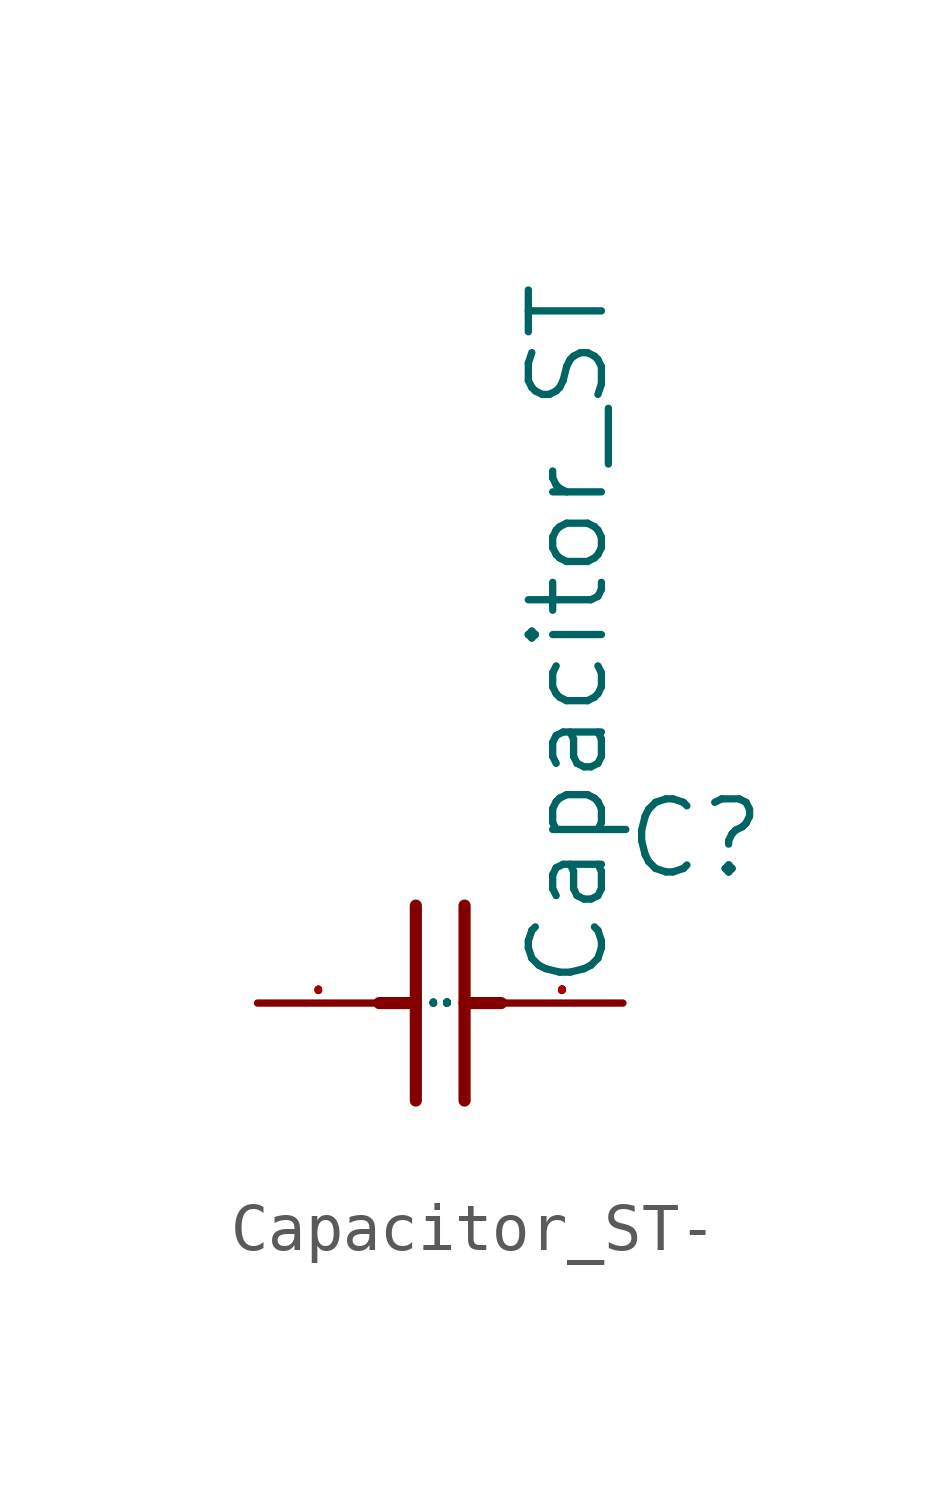
<source format=kicad_sym>
(kicad_symbol_lib
  (version 20220914)
  (generator kicad_symbol_editor)
  (symbol "Capacitor_ST-"
    (pin_names
      (offset 1.016))
    (property "Reference" "C"
      (at 5.08 0 0)
      (effects (font (size 1.524 1.524)) (justify left bottom)))
    (property "Value" "Capacitor_ST"
      (at 4.826 -2.286 90)
      (effects (font (size 1.524 1.524)) (justify left bottom)))
    (property "Footprint" ""
      (at 0 0 0)
      (effects (font (size 1.524 1.524))))
    (property "Datasheet" ""
      (at 0 0 0)
      (effects (font (size 1.524 1.524))))
    (symbol "Capacitor_ST-_0_1"
      (polyline (pts (xy 0 -2.54) (xy 0.762 -2.54)) (stroke (width 0.254) (type solid)) (fill (type none)))
      (polyline (pts (xy 0.762 -4.572) (xy 0.762 -0.508)) (stroke (width 0.254) (type solid)) (fill (type none)))
      (polyline (pts (xy 1.778 -0.508) (xy 1.778 -4.572)) (stroke (width 0.254) (type solid)) (fill (type none)))
      (polyline (pts (xy 2.54 -2.54) (xy 1.778 -2.54)) (stroke (width 0.254) (type solid)) (fill (type none)))
      (pin passive line (at -2.54 -2.54 0) (length 2.54) (name "1" (effects (font (size 0.025 0.025)))) (number "1" (effects (font (size 0.025 0.025)))))
      (pin passive line (at 5.08 -2.54 180) (length 2.54) (name "2" (effects (font (size 0.025 0.025)))) (number "2" (effects (font (size 0.025 0.025))))))))
</source>
